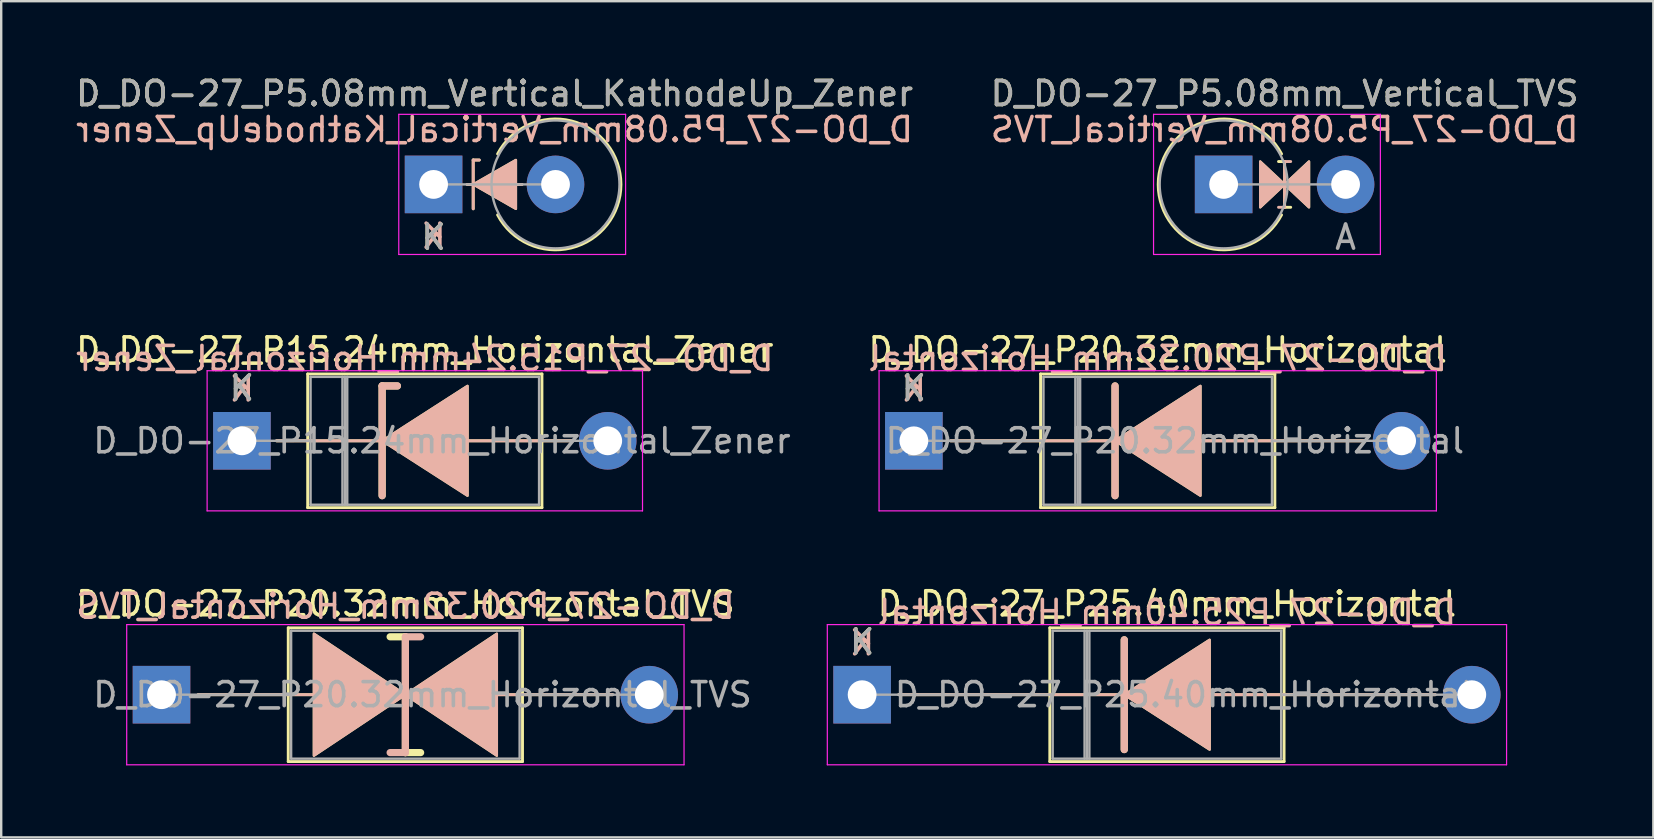
<source format=kicad_pcb>
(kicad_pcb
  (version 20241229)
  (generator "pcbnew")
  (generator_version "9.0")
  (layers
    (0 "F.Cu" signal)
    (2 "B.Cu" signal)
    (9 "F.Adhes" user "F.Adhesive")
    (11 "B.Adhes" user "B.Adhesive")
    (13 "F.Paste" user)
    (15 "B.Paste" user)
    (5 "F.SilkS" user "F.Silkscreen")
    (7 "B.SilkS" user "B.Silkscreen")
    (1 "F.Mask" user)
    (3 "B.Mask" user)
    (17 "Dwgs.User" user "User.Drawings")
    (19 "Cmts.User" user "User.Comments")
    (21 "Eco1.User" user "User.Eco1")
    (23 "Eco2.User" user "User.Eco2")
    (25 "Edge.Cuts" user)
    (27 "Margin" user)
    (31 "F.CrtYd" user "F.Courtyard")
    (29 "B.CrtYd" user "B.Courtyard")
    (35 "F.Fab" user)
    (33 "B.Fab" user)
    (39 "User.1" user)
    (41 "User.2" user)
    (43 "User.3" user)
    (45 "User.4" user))
  (footprint "D_DO-27_P5.08mm_Vertical_KathodeUp_Zener"
    (layer "F.Cu")
    (at 15.014 4.633)
    (property "Reference" "D_DO-27_P5.08mm_Vertical_KathodeUp_Zener" (at 2.54 -3.785 0) (layer "F.SilkS") (effects (font (size 1 1) (thickness 0.15))))
    (fp_line (start 1.397 0) (end 3.683 0) (stroke (width 0.12) (type solid)) (layer "F.SilkS"))
    (fp_line (start 1.651 -1.016) (end 1.651 1.016) (stroke (width 0.12) (type solid)) (layer "F.SilkS"))
    (fp_line (start 1.651 -1.016) (end 1.905 -1.016) (stroke (width 0.12) (type solid)) (layer "F.SilkS"))
    (fp_arc (start 2.667001 -1.27) (mid 7.806805 0) (end 2.667001 1.269999) (stroke (width 0.12) (type solid)) (layer "F.SilkS"))
    (fp_poly (pts (xy 3.429 1.016) (xy 1.651 0) (xy 3.429 -1.016)) (stroke (width 0.1) (type solid)) (fill yes) (layer "F.SilkS"))
    (fp_line (start 1.397 0) (end 3.683 0) (stroke (width 0.12) (type solid)) (layer "B.SilkS"))
    (fp_line (start 1.651 -1.016) (end 1.905 -1.016) (stroke (width 0.12) (type solid)) (layer "B.SilkS"))
    (fp_line (start 1.651 1.016) (end 1.651 -1.016) (stroke (width 0.12) (type solid)) (layer "B.SilkS"))
    (fp_poly (pts (xy 3.429 -1.016) (xy 1.651 0) (xy 3.429 1.016)) (stroke (width 0.1) (type solid)) (fill yes) (layer "B.SilkS"))
    (fp_line (start -1.45 -2.92) (end -1.45 2.92) (stroke (width 0.05) (type solid)) (layer "F.CrtYd"))
    (fp_line (start -1.45 2.92) (end 8 2.92) (stroke (width 0.05) (type solid)) (layer "F.CrtYd"))
    (fp_line (start 8 -2.92) (end -1.45 -2.92) (stroke (width 0.05) (type solid)) (layer "F.CrtYd"))
    (fp_line (start 8 2.92) (end 8 -2.92) (stroke (width 0.05) (type solid)) (layer "F.CrtYd"))
    (fp_line (start 0 0) (end 5.08 0) (stroke (width 0.1) (type solid)) (layer "F.Fab"))
    (fp_circle (center 5.08 0) (end 7.745 0) (stroke (width 0.1) (type solid)) (fill no) (layer "F.Fab"))
    (fp_text user "K" (at 0 2.2 0) (layer "F.SilkS") (effects (font (size 1 1) (thickness 0.15))))
    (fp_text user "${REFERENCE}" (at 2.54 -2.286 0) (layer "B.SilkS") (effects (font (size 1 1) (thickness 0.15)) (justify mirror)))
    (fp_text user "K" (at 0 2.159 0) (layer "B.SilkS") (effects (font (size 1 1) (thickness 0.15)) (justify mirror)))
    (fp_text user "${REFERENCE}" (at 2.54 -3.785 0) (layer "F.Fab") (effects (font (size 1 1) (thickness 0.15))))
    (fp_text user "K" (at 0 2.2 0) (layer "F.Fab") (effects (font (size 1 1) (thickness 0.15))))
    (pad "1" thru_hole rect (at 0 0) (size 2.4 2.4) (drill 1.2) (layers "*.Cu" "*.Mask"))
    (pad "2" thru_hole oval (at 5.08 0) (size 2.4 2.4) (drill 1.2) (layers "*.Cu" "*.Mask")))
  (footprint "D_DO-27_P25.40mm_Horizontal"
    (layer "F.Cu")
    (at 32.868 25.893)
    (property "Reference" "D_DO-27_P25.40mm_Horizontal" (at 12.7 -3.785 0) (layer "F.SilkS") (effects (font (size 1 1) (thickness 0.15))))
    (fp_line (start 1.524 0) (end 7.82 0) (stroke (width 0.12) (type solid)) (layer "F.SilkS"))
    (fp_line (start 7.82 -2.785) (end 7.82 2.785) (stroke (width 0.12) (type solid)) (layer "F.SilkS"))
    (fp_line (start 7.82 2.785) (end 17.58 2.785) (stroke (width 0.12) (type solid)) (layer "F.SilkS"))
    (fp_line (start 10.922 -2.286) (end 10.922 2.286) (stroke (width 0.3) (type solid)) (layer "F.SilkS"))
    (fp_line (start 10.922 0) (end 7.82 0) (stroke (width 0.12) (type solid)) (layer "F.SilkS"))
    (fp_line (start 14.351 0) (end 17.58 0) (stroke (width 0.12) (type solid)) (layer "F.SilkS"))
    (fp_line (start 17.58 -2.785) (end 7.82 -2.785) (stroke (width 0.12) (type solid)) (layer "F.SilkS"))
    (fp_line (start 17.58 2.785) (end 17.58 -2.785) (stroke (width 0.12) (type solid)) (layer "F.SilkS"))
    (fp_line (start 23.876 0) (end 17.58 0) (stroke (width 0.12) (type solid)) (layer "F.SilkS"))
    (fp_poly (pts (xy 14.478 2.286) (xy 10.922 0) (xy 14.478 -2.286)) (stroke (width 0.1) (type solid)) (fill yes) (layer "F.SilkS"))
    (fp_line (start 1.524 0) (end 7.82 0) (stroke (width 0.12) (type solid)) (layer "B.SilkS"))
    (fp_line (start 10.922 0) (end 7.82 0) (stroke (width 0.12) (type solid)) (layer "B.SilkS"))
    (fp_line (start 10.922 2.286) (end 10.922 -2.286) (stroke (width 0.3) (type solid)) (layer "B.SilkS"))
    (fp_line (start 14.351 0) (end 17.58 0) (stroke (width 0.12) (type solid)) (layer "B.SilkS"))
    (fp_line (start 23.876 0) (end 17.58 0) (stroke (width 0.12) (type solid)) (layer "B.SilkS"))
    (fp_poly (pts (xy 14.478 -2.286) (xy 10.922 0) (xy 14.478 2.286)) (stroke (width 0.1) (type solid)) (fill yes) (layer "B.SilkS"))
    (fp_line (start -1.45 -2.92) (end -1.45 2.92) (stroke (width 0.05) (type solid)) (layer "F.CrtYd"))
    (fp_line (start -1.45 2.92) (end 26.85 2.92) (stroke (width 0.05) (type solid)) (layer "F.CrtYd"))
    (fp_line (start 26.85 -2.92) (end -1.45 -2.92) (stroke (width 0.05) (type solid)) (layer "F.CrtYd"))
    (fp_line (start 26.85 2.92) (end 26.85 -2.92) (stroke (width 0.05) (type solid)) (layer "F.CrtYd"))
    (fp_line (start 0 0) (end 7.94 0) (stroke (width 0.1) (type solid)) (layer "F.Fab"))
    (fp_line (start 7.94 -2.665) (end 7.94 2.665) (stroke (width 0.1) (type solid)) (layer "F.Fab"))
    (fp_line (start 7.94 2.665) (end 17.46 2.665) (stroke (width 0.1) (type solid)) (layer "F.Fab"))
    (fp_line (start 9.268 -2.665) (end 9.268 2.665) (stroke (width 0.1) (type solid)) (layer "F.Fab"))
    (fp_line (start 9.368 -2.665) (end 9.368 2.665) (stroke (width 0.1) (type solid)) (layer "F.Fab"))
    (fp_line (start 9.468 -2.665) (end 9.468 2.665) (stroke (width 0.1) (type solid)) (layer "F.Fab"))
    (fp_line (start 17.46 -2.665) (end 7.94 -2.665) (stroke (width 0.1) (type solid)) (layer "F.Fab"))
    (fp_line (start 17.46 2.665) (end 17.46 -2.665) (stroke (width 0.1) (type solid)) (layer "F.Fab"))
    (fp_line (start 25.4 0) (end 17.46 0) (stroke (width 0.1) (type solid)) (layer "F.Fab"))
    (fp_text user "K" (at 0 -2.2 0) (layer "F.SilkS") (effects (font (size 1 1) (thickness 0.15))))
    (fp_text user "K" (at 0 -2.159 0) (layer "B.SilkS") (effects (font (size 1 1) (thickness 0.15)) (justify mirror)))
    (fp_text user "${REFERENCE}" (at 12.7 -3.429 0) (layer "B.SilkS") (effects (font (size 1 1) (thickness 0.15)) (justify mirror)))
    (fp_text user "K" (at 0 -2.2 0) (layer "F.Fab") (effects (font (size 1 1) (thickness 0.15))))
    (fp_text user "${REFERENCE}" (at 13.414 0 0) (layer "F.Fab") (effects (font (size 1 1) (thickness 0.15))))
    (pad "1" thru_hole rect (at 0 0) (size 2.4 2.4) (drill 1.2) (layers "*.Cu" "*.Mask"))
    (pad "2" thru_hole oval (at 25.4 0) (size 2.4 2.4) (drill 1.2) (layers "*.Cu" "*.Mask")))
  (footprint "D_DO-27_P15.24mm_Horizontal_Zener"
    (layer "F.Cu")
    (at 7.029 15.315)
    (property "Reference" "D_DO-27_P15.24mm_Horizontal_Zener" (at 7.62 -3.785 0) (layer "F.SilkS") (effects (font (size 1 1) (thickness 0.15))))
    (fp_line (start 1.44 0) (end 2.74 0) (stroke (width 0.12) (type solid)) (layer "F.SilkS"))
    (fp_line (start 2.74 -2.785) (end 2.74 2.785) (stroke (width 0.12) (type solid)) (layer "F.SilkS"))
    (fp_line (start 2.74 2.785) (end 12.5 2.785) (stroke (width 0.12) (type solid)) (layer "F.SilkS"))
    (fp_line (start 5.842 -2.286) (end 5.842 2.286) (stroke (width 0.3) (type solid)) (layer "F.SilkS"))
    (fp_line (start 5.842 -2.286) (end 6.477 -2.286) (stroke (width 0.3) (type solid)) (layer "F.SilkS"))
    (fp_line (start 5.842 0) (end 2.74 0) (stroke (width 0.12) (type solid)) (layer "F.SilkS"))
    (fp_line (start 9.271 0) (end 12.5 0) (stroke (width 0.12) (type solid)) (layer "F.SilkS"))
    (fp_line (start 12.5 -2.785) (end 2.74 -2.785) (stroke (width 0.12) (type solid)) (layer "F.SilkS"))
    (fp_line (start 12.5 2.785) (end 12.5 -2.785) (stroke (width 0.12) (type solid)) (layer "F.SilkS"))
    (fp_line (start 13.8 0) (end 12.5 0) (stroke (width 0.12) (type solid)) (layer "F.SilkS"))
    (fp_poly (pts (xy 9.398 2.286) (xy 5.842 0) (xy 9.398 -2.286)) (stroke (width 0.1) (type solid)) (fill yes) (layer "F.SilkS"))
    (fp_line (start 1.44 0) (end 2.74 0) (stroke (width 0.12) (type solid)) (layer "B.SilkS"))
    (fp_line (start 5.842 -2.286) (end 6.477 -2.286) (stroke (width 0.3) (type solid)) (layer "B.SilkS"))
    (fp_line (start 5.842 0) (end 2.74 0) (stroke (width 0.12) (type solid)) (layer "B.SilkS"))
    (fp_line (start 5.842 2.286) (end 5.842 -2.286) (stroke (width 0.3) (type solid)) (layer "B.SilkS"))
    (fp_line (start 9.271 0) (end 12.5 0) (stroke (width 0.12) (type solid)) (layer "B.SilkS"))
    (fp_line (start 13.8 0) (end 12.5 0) (stroke (width 0.12) (type solid)) (layer "B.SilkS"))
    (fp_poly (pts (xy 9.398 -2.286) (xy 5.842 0) (xy 9.398 2.286)) (stroke (width 0.1) (type solid)) (fill yes) (layer "B.SilkS"))
    (fp_line (start -1.45 -2.92) (end -1.45 2.92) (stroke (width 0.05) (type solid)) (layer "F.CrtYd"))
    (fp_line (start -1.45 2.92) (end 16.69 2.92) (stroke (width 0.05) (type solid)) (layer "F.CrtYd"))
    (fp_line (start 16.69 -2.92) (end -1.45 -2.92) (stroke (width 0.05) (type solid)) (layer "F.CrtYd"))
    (fp_line (start 16.69 2.92) (end 16.69 -2.92) (stroke (width 0.05) (type solid)) (layer "F.CrtYd"))
    (fp_line (start 0 0) (end 2.86 0) (stroke (width 0.1) (type solid)) (layer "F.Fab"))
    (fp_line (start 2.86 -2.665) (end 2.86 2.665) (stroke (width 0.1) (type solid)) (layer "F.Fab"))
    (fp_line (start 2.86 2.665) (end 12.38 2.665) (stroke (width 0.1) (type solid)) (layer "F.Fab"))
    (fp_line (start 4.188 -2.665) (end 4.188 2.665) (stroke (width 0.1) (type solid)) (layer "F.Fab"))
    (fp_line (start 4.288 -2.665) (end 4.288 2.665) (stroke (width 0.1) (type solid)) (layer "F.Fab"))
    (fp_line (start 4.388 -2.665) (end 4.388 2.665) (stroke (width 0.1) (type solid)) (layer "F.Fab"))
    (fp_line (start 12.38 -2.665) (end 2.86 -2.665) (stroke (width 0.1) (type solid)) (layer "F.Fab"))
    (fp_line (start 12.38 2.665) (end 12.38 -2.665) (stroke (width 0.1) (type solid)) (layer "F.Fab"))
    (fp_line (start 15.24 0) (end 12.38 0) (stroke (width 0.1) (type solid)) (layer "F.Fab"))
    (fp_text user "K" (at 0 -2.2 0) (layer "F.SilkS") (effects (font (size 1 1) (thickness 0.15))))
    (fp_text user "${REFERENCE}" (at 7.62 -3.429 0) (layer "B.SilkS") (effects (font (size 1 1) (thickness 0.15)) (justify mirror)))
    (fp_text user "K" (at 0 -2.159 0) (layer "B.SilkS") (effects (font (size 1 1) (thickness 0.15)) (justify mirror)))
    (fp_text user "K" (at 0 -2.2 0) (layer "F.Fab") (effects (font (size 1 1) (thickness 0.15))))
    (fp_text user "${REFERENCE}" (at 8.334 0 0) (layer "F.Fab") (effects (font (size 1 1) (thickness 0.15))))
    (pad "1" thru_hole rect (at 0 0) (size 2.4 2.4) (drill 1.2) (layers "*.Cu" "*.Mask"))
    (pad "2" thru_hole oval (at 15.24 0) (size 2.4 2.4) (drill 1.2) (layers "*.Cu" "*.Mask")))
  (footprint "D_DO-27_P5.08mm_Vertical_TVS"
    (layer "F.Cu")
    (at 47.93 4.633)
    (property "Reference" "D_DO-27_P5.08mm_Vertical_TVS" (at 2.54 -3.785 0) (layer "F.SilkS") (effects (font (size 1 1) (thickness 0.15))))
    (fp_line (start 2.54 -0.953) (end 2.286 -0.953) (stroke (width 0.12) (type solid)) (layer "F.SilkS"))
    (fp_line (start 2.54 -0.953) (end 2.54 0.953) (stroke (width 0.12) (type solid)) (layer "F.SilkS"))
    (fp_line (start 2.54 0.953) (end 2.794 0.953) (stroke (width 0.12) (type solid)) (layer "F.SilkS"))
    (fp_arc (start 2.412999 1.27) (mid -2.726805 0) (end 2.412999 -1.269999) (stroke (width 0.12) (type solid)) (layer "F.SilkS"))
    (fp_poly (pts (xy 1.524 -0.953) (xy 2.54 0) (xy 1.524 0.953)) (stroke (width 0.1) (type solid)) (fill yes) (layer "F.SilkS"))
    (fp_poly (pts (xy 3.556 0.953) (xy 2.54 0) (xy 3.556 -0.953)) (stroke (width 0.1) (type solid)) (fill yes) (layer "F.SilkS"))
    (fp_line (start 2.54 -0.953) (end 2.794 -0.953) (stroke (width 0.12) (type solid)) (layer "B.SilkS"))
    (fp_line (start 2.54 0.953) (end 2.286 0.953) (stroke (width 0.12) (type solid)) (layer "B.SilkS"))
    (fp_line (start 2.54 0.953) (end 2.54 -0.953) (stroke (width 0.12) (type solid)) (layer "B.SilkS"))
    (fp_poly (pts (xy 1.524 0.953) (xy 2.54 0) (xy 1.524 -0.953)) (stroke (width 0.1) (type solid)) (fill yes) (layer "B.SilkS"))
    (fp_poly (pts (xy 3.556 -0.953) (xy 2.54 0) (xy 3.556 0.953)) (stroke (width 0.1) (type solid)) (fill yes) (layer "B.SilkS"))
    (fp_line (start -2.92 -2.92) (end -2.92 2.92) (stroke (width 0.05) (type solid)) (layer "F.CrtYd"))
    (fp_line (start -2.92 2.92) (end 6.53 2.92) (stroke (width 0.05) (type solid)) (layer "F.CrtYd"))
    (fp_line (start 6.53 -2.92) (end -2.92 -2.92) (stroke (width 0.05) (type solid)) (layer "F.CrtYd"))
    (fp_line (start 6.53 2.92) (end 6.53 -2.92) (stroke (width 0.05) (type solid)) (layer "F.CrtYd"))
    (fp_line (start 0 0) (end 5.08 0) (stroke (width 0.1) (type solid)) (layer "F.Fab"))
    (fp_circle (center 0 0) (end 2.665 0) (stroke (width 0.1) (type solid)) (fill no) (layer "F.Fab"))
    (fp_text user "${REFERENCE}" (at 2.54 -2.286 0) (layer "B.SilkS") (effects (font (size 1 1) (thickness 0.15)) (justify mirror)))
    (fp_text user "A" (at 5.08 2.2 0) (layer "F.Fab") (effects (font (size 1 1) (thickness 0.15))))
    (fp_text user "${REFERENCE}" (at 2.54 -3.785 0) (layer "F.Fab") (effects (font (size 1 1) (thickness 0.15))))
    (pad "1" thru_hole rect (at 0 0) (size 2.4 2.4) (drill 1.2) (layers "*.Cu" "*.Mask"))
    (pad "2" thru_hole oval (at 5.08 0) (size 2.4 2.4) (drill 1.2) (layers "*.Cu" "*.Mask")))
  (footprint "D_DO-27_P20.32mm_Horizontal"
    (layer "F.Cu")
    (at 35.024 15.315)
    (property "Reference" "D_DO-27_P20.32mm_Horizontal" (at 10.16 -3.785 0) (layer "F.SilkS") (effects (font (size 1 1) (thickness 0.15))))
    (fp_line (start 1.524 0) (end 5.28 0) (stroke (width 0.12) (type solid)) (layer "F.SilkS"))
    (fp_line (start 5.28 -2.785) (end 5.28 2.785) (stroke (width 0.12) (type solid)) (layer "F.SilkS"))
    (fp_line (start 5.28 2.785) (end 15.04 2.785) (stroke (width 0.12) (type solid)) (layer "F.SilkS"))
    (fp_line (start 8.382 -2.286) (end 8.382 2.286) (stroke (width 0.3) (type solid)) (layer "F.SilkS"))
    (fp_line (start 8.382 0) (end 5.28 0) (stroke (width 0.12) (type solid)) (layer "F.SilkS"))
    (fp_line (start 11.811 0) (end 15.04 0) (stroke (width 0.12) (type solid)) (layer "F.SilkS"))
    (fp_line (start 15.04 -2.785) (end 5.28 -2.785) (stroke (width 0.12) (type solid)) (layer "F.SilkS"))
    (fp_line (start 15.04 2.785) (end 15.04 -2.785) (stroke (width 0.12) (type solid)) (layer "F.SilkS"))
    (fp_line (start 18.796 0) (end 15.04 0) (stroke (width 0.12) (type solid)) (layer "F.SilkS"))
    (fp_poly (pts (xy 11.938 2.286) (xy 8.382 0) (xy 11.938 -2.286)) (stroke (width 0.1) (type solid)) (fill yes) (layer "F.SilkS"))
    (fp_line (start 1.524 0) (end 5.28 0) (stroke (width 0.12) (type solid)) (layer "B.SilkS"))
    (fp_line (start 8.382 0) (end 5.28 0) (stroke (width 0.12) (type solid)) (layer "B.SilkS"))
    (fp_line (start 8.382 2.286) (end 8.382 -2.286) (stroke (width 0.3) (type solid)) (layer "B.SilkS"))
    (fp_line (start 11.811 0) (end 15.04 0) (stroke (width 0.12) (type solid)) (layer "B.SilkS"))
    (fp_line (start 18.796 0) (end 15.04 0) (stroke (width 0.12) (type solid)) (layer "B.SilkS"))
    (fp_poly (pts (xy 11.938 -2.286) (xy 8.382 0) (xy 11.938 2.286)) (stroke (width 0.1) (type solid)) (fill yes) (layer "B.SilkS"))
    (fp_line (start -1.45 -2.92) (end -1.45 2.92) (stroke (width 0.05) (type solid)) (layer "F.CrtYd"))
    (fp_line (start -1.45 2.92) (end 21.77 2.92) (stroke (width 0.05) (type solid)) (layer "F.CrtYd"))
    (fp_line (start 21.77 -2.92) (end -1.45 -2.92) (stroke (width 0.05) (type solid)) (layer "F.CrtYd"))
    (fp_line (start 21.77 2.92) (end 21.77 -2.92) (stroke (width 0.05) (type solid)) (layer "F.CrtYd"))
    (fp_line (start 0 0) (end 5.4 0) (stroke (width 0.1) (type solid)) (layer "F.Fab"))
    (fp_line (start 5.4 -2.665) (end 5.4 2.665) (stroke (width 0.1) (type solid)) (layer "F.Fab"))
    (fp_line (start 5.4 2.665) (end 14.92 2.665) (stroke (width 0.1) (type solid)) (layer "F.Fab"))
    (fp_line (start 6.728 -2.665) (end 6.728 2.665) (stroke (width 0.1) (type solid)) (layer "F.Fab"))
    (fp_line (start 6.828 -2.665) (end 6.828 2.665) (stroke (width 0.1) (type solid)) (layer "F.Fab"))
    (fp_line (start 6.928 -2.665) (end 6.928 2.665) (stroke (width 0.1) (type solid)) (layer "F.Fab"))
    (fp_line (start 14.92 -2.665) (end 5.4 -2.665) (stroke (width 0.1) (type solid)) (layer "F.Fab"))
    (fp_line (start 14.92 2.665) (end 14.92 -2.665) (stroke (width 0.1) (type solid)) (layer "F.Fab"))
    (fp_line (start 20.32 0) (end 14.92 0) (stroke (width 0.1) (type solid)) (layer "F.Fab"))
    (fp_text user "K" (at 0 -2.2 0) (layer "F.SilkS") (effects (font (size 1 1) (thickness 0.15))))
    (fp_text user "K" (at 0 -2.159 0) (layer "B.SilkS") (effects (font (size 1 1) (thickness 0.15)) (justify mirror)))
    (fp_text user "${REFERENCE}" (at 10.16 -3.429 0) (layer "B.SilkS") (effects (font (size 1 1) (thickness 0.15)) (justify mirror)))
    (fp_text user "K" (at 0 -2.2 0) (layer "F.Fab") (effects (font (size 1 1) (thickness 0.15))))
    (fp_text user "${REFERENCE}" (at 10.874 0 0) (layer "F.Fab") (effects (font (size 1 1) (thickness 0.15))))
    (pad "1" thru_hole rect (at 0 0) (size 2.4 2.4) (drill 1.2) (layers "*.Cu" "*.Mask"))
    (pad "2" thru_hole oval (at 20.32 0) (size 2.4 2.4) (drill 1.2) (layers "*.Cu" "*.Mask")))
  (footprint "D_DO-27_P20.32mm_Horizontal_TVS"
    (layer "F.Cu")
    (at 3.679 25.893)
    (property "Reference" "D_DO-27_P20.32mm_Horizontal_TVS" (at 10.16 -3.785 0) (layer "F.SilkS") (effects (font (size 1 1) (thickness 0.15))))
    (fp_line (start 1.524 0) (end 5.28 0) (stroke (width 0.12) (type solid)) (layer "F.SilkS"))
    (fp_line (start 5.28 -2.785) (end 5.28 2.785) (stroke (width 0.12) (type solid)) (layer "F.SilkS"))
    (fp_line (start 5.28 0) (end 6.35 0) (stroke (width 0.12) (type solid)) (layer "F.SilkS"))
    (fp_line (start 5.28 2.785) (end 15.04 2.785) (stroke (width 0.12) (type solid)) (layer "F.SilkS"))
    (fp_line (start 10.16 -2.413) (end 9.525 -2.413) (stroke (width 0.3) (type solid)) (layer "F.SilkS"))
    (fp_line (start 10.16 2.413) (end 10.16 -2.413) (stroke (width 0.3) (type solid)) (layer "F.SilkS"))
    (fp_line (start 10.795 2.413) (end 10.16 2.413) (stroke (width 0.3) (type solid)) (layer "F.SilkS"))
    (fp_line (start 13.97 0) (end 15.04 0) (stroke (width 0.12) (type solid)) (layer "F.SilkS"))
    (fp_line (start 15.04 -2.785) (end 5.28 -2.785) (stroke (width 0.12) (type solid)) (layer "F.SilkS"))
    (fp_line (start 15.04 2.785) (end 15.04 -2.785) (stroke (width 0.12) (type solid)) (layer "F.SilkS"))
    (fp_line (start 18.796 0) (end 15.04 0) (stroke (width 0.12) (type solid)) (layer "F.SilkS"))
    (fp_poly (pts (xy 10.16 0) (xy 6.35 2.54) (xy 6.35 -2.54)) (stroke (width 0.1) (type solid)) (fill yes) (layer "F.SilkS"))
    (fp_poly (pts (xy 10.16 0) (xy 13.97 -2.54) (xy 13.97 2.54)) (stroke (width 0.1) (type solid)) (fill yes) (layer "F.SilkS"))
    (fp_line (start 1.524 0) (end 5.28 0) (stroke (width 0.12) (type solid)) (layer "B.SilkS"))
    (fp_line (start 5.28 0) (end 6.35 0) (stroke (width 0.12) (type solid)) (layer "B.SilkS"))
    (fp_line (start 10.16 -2.413) (end 10.16 2.413) (stroke (width 0.3) (type solid)) (layer "B.SilkS"))
    (fp_line (start 10.16 2.413) (end 9.525 2.413) (stroke (width 0.3) (type solid)) (layer "B.SilkS"))
    (fp_line (start 10.795 -2.413) (end 10.16 -2.413) (stroke (width 0.3) (type solid)) (layer "B.SilkS"))
    (fp_line (start 13.97 0) (end 15.04 0) (stroke (width 0.12) (type solid)) (layer "B.SilkS"))
    (fp_line (start 18.796 0) (end 15.04 0) (stroke (width 0.12) (type solid)) (layer "B.SilkS"))
    (fp_poly (pts (xy 10.16 0) (xy 6.35 -2.54) (xy 6.35 2.54)) (stroke (width 0.1) (type solid)) (fill yes) (layer "B.SilkS"))
    (fp_poly (pts (xy 10.16 0) (xy 13.97 2.54) (xy 13.97 -2.54)) (stroke (width 0.1) (type solid)) (fill yes) (layer "B.SilkS"))
    (fp_line (start -1.45 -2.92) (end -1.45 2.92) (stroke (width 0.05) (type solid)) (layer "F.CrtYd"))
    (fp_line (start -1.45 2.92) (end 21.77 2.92) (stroke (width 0.05) (type solid)) (layer "F.CrtYd"))
    (fp_line (start 21.77 -2.92) (end -1.45 -2.92) (stroke (width 0.05) (type solid)) (layer "F.CrtYd"))
    (fp_line (start 21.77 2.92) (end 21.77 -2.92) (stroke (width 0.05) (type solid)) (layer "F.CrtYd"))
    (fp_line (start 0 0) (end 5.4 0) (stroke (width 0.1) (type solid)) (layer "F.Fab"))
    (fp_line (start 5.4 -2.665) (end 5.4 2.665) (stroke (width 0.1) (type solid)) (layer "F.Fab"))
    (fp_line (start 5.4 2.665) (end 14.92 2.665) (stroke (width 0.1) (type solid)) (layer "F.Fab"))
    (fp_line (start 14.92 -2.665) (end 5.4 -2.665) (stroke (width 0.1) (type solid)) (layer "F.Fab"))
    (fp_line (start 14.92 2.665) (end 14.92 -2.665) (stroke (width 0.1) (type solid)) (layer "F.Fab"))
    (fp_line (start 20.32 0) (end 14.92 0) (stroke (width 0.1) (type solid)) (layer "F.Fab"))
    (fp_text user "${REFERENCE}" (at 10.16 -3.683 0) (layer "B.SilkS") (effects (font (size 1 1) (thickness 0.15)) (justify mirror)))
    (fp_text user "${REFERENCE}" (at 10.874 0 0) (layer "F.Fab") (effects (font (size 1 1) (thickness 0.15))))
    (pad "1" thru_hole rect (at 0 0) (size 2.4 2.4) (drill 1.2) (layers "*.Cu" "*.Mask"))
    (pad "2" thru_hole oval (at 20.32 0) (size 2.4 2.4) (drill 1.2) (layers "*.Cu" "*.Mask")))
  (gr_rect
    (start -3 -3)
    (end 65.833 31.838)
    (stroke (width 0.1) (type default))
    (fill no)
    (layer "Edge.Cuts")))
</source>
